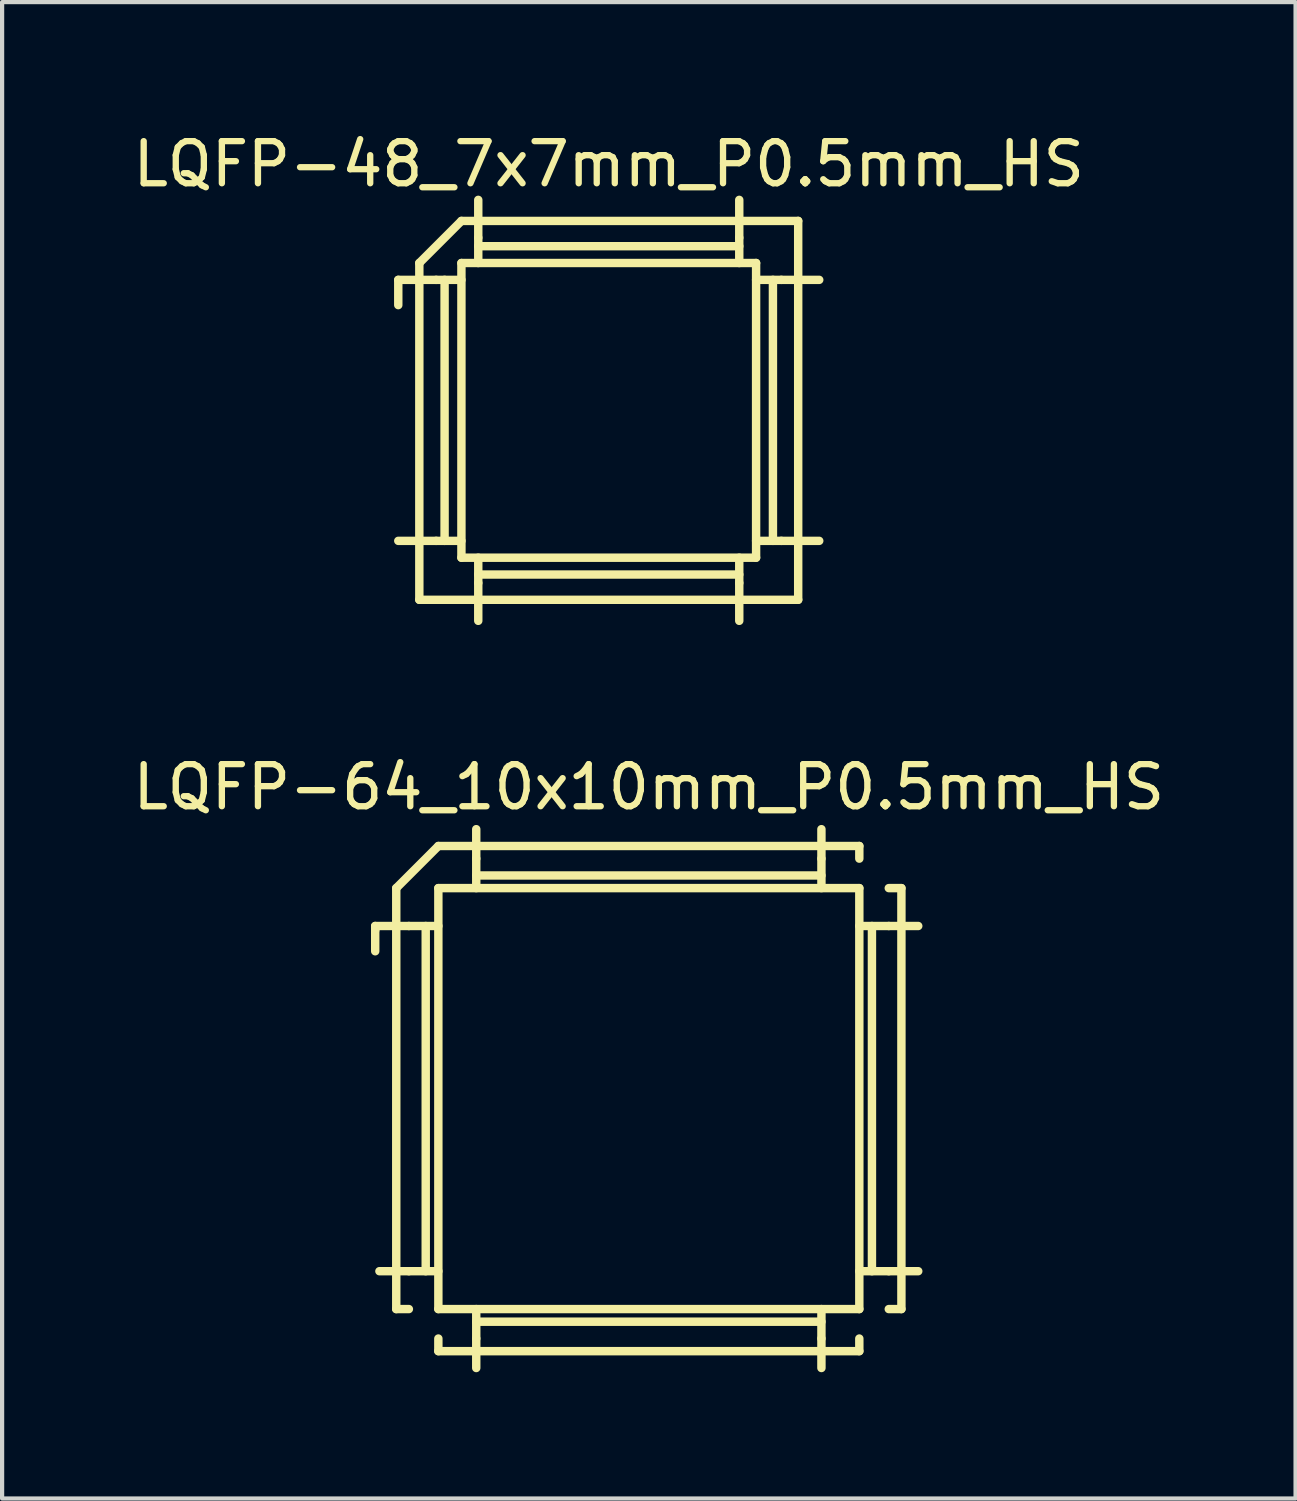
<source format=kicad_pcb>
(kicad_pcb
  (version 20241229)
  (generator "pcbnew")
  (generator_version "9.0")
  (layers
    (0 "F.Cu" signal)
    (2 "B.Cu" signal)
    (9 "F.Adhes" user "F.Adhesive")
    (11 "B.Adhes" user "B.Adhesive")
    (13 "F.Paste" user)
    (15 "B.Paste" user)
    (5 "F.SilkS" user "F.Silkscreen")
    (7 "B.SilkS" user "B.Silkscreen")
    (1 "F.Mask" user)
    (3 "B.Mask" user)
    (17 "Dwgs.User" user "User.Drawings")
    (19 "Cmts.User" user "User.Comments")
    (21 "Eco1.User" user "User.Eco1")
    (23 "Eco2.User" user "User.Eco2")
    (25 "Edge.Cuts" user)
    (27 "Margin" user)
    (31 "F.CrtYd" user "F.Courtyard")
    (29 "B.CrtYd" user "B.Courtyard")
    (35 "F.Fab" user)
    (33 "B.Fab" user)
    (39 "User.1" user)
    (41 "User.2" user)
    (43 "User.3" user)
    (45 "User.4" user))
  (footprint "LQFP-64_10x10mm_P0.5mm_HS"
    (layer "F.Cu")
    (at 12.363 23.047)
    (property "Reference" "LQFP-64_10x10mm_P0.5mm_HS" (at 0 -7.4 0) (layer "F.SilkS") (effects (font (size 1 1) (thickness 0.15))))
    (attr smd)
    (fp_line (start -6.5 -4.1) (end -6.5 -4) (stroke (width 0.2) (type solid)) (layer "F.SilkS"))
    (fp_line (start -6.5 -4) (end -6.5 -3.5) (stroke (width 0.2) (type solid)) (layer "F.SilkS"))
    (fp_line (start -6 -5) (end -5 -6) (stroke (width 0.2) (type solid)) (layer "F.SilkS"))
    (fp_line (start -6 -4.1) (end -6.5 -4.1) (stroke (width 0.2) (type solid)) (layer "F.SilkS"))
    (fp_line (start -6 -4.1) (end -5.7 -4.1) (stroke (width 0.2) (type solid)) (layer "F.SilkS"))
    (fp_line (start -6 4.1) (end -6.4 4.1) (stroke (width 0.2) (type solid)) (layer "F.SilkS"))
    (fp_line (start -6 4.1) (end -5.7 4.1) (stroke (width 0.2) (type solid)) (layer "F.SilkS"))
    (fp_line (start -6 5) (end -6 -5) (stroke (width 0.2) (type solid)) (layer "F.SilkS"))
    (fp_line (start -5.7 -4.1) (end -5 -4.1) (stroke (width 0.2) (type solid)) (layer "F.SilkS"))
    (fp_line (start -5.7 4.1) (end -5 4.1) (stroke (width 0.2) (type solid)) (layer "F.SilkS"))
    (fp_line (start -5.7 5) (end -6 5) (stroke (width 0.2) (type solid)) (layer "F.SilkS"))
    (fp_line (start -5.3 4.1) (end -5.3 -4.1) (stroke (width 0.2) (type solid)) (layer "F.SilkS"))
    (fp_line (start -5 -6) (end 5 -6) (stroke (width 0.2) (type solid)) (layer "F.SilkS"))
    (fp_line (start -5 -5) (end 5 -5) (stroke (width 0.2) (type solid)) (layer "F.SilkS"))
    (fp_line (start -5 5) (end -5 -5) (stroke (width 0.2) (type solid)) (layer "F.SilkS"))
    (fp_line (start -5 5.7) (end -5 6) (stroke (width 0.2) (type solid)) (layer "F.SilkS"))
    (fp_line (start -4.1 -6) (end -4.1 -6.4) (stroke (width 0.2) (type solid)) (layer "F.SilkS"))
    (fp_line (start -4.1 -6) (end -4.1 -5.7) (stroke (width 0.2) (type solid)) (layer "F.SilkS"))
    (fp_line (start -4.1 -5.7) (end -4.1 -5) (stroke (width 0.2) (type solid)) (layer "F.SilkS"))
    (fp_line (start -4.1 -5.3) (end 4.1 -5.3) (stroke (width 0.2) (type solid)) (layer "F.SilkS"))
    (fp_line (start -4.1 5.3) (end 4.1 5.3) (stroke (width 0.2) (type solid)) (layer "F.SilkS"))
    (fp_line (start -4.1 5.7) (end -4.1 5) (stroke (width 0.2) (type solid)) (layer "F.SilkS"))
    (fp_line (start -4.1 6) (end -4.1 5.7) (stroke (width 0.2) (type solid)) (layer "F.SilkS"))
    (fp_line (start -4.1 6) (end -4.1 6.4) (stroke (width 0.2) (type solid)) (layer "F.SilkS"))
    (fp_line (start 4.1 -6) (end 4.1 -6.4) (stroke (width 0.2) (type solid)) (layer "F.SilkS"))
    (fp_line (start 4.1 -6) (end 4.1 -5.7) (stroke (width 0.2) (type solid)) (layer "F.SilkS"))
    (fp_line (start 4.1 -5.7) (end 4.1 -5) (stroke (width 0.2) (type solid)) (layer "F.SilkS"))
    (fp_line (start 4.1 5.7) (end 4.1 5) (stroke (width 0.2) (type solid)) (layer "F.SilkS"))
    (fp_line (start 4.1 6) (end 4.1 5.7) (stroke (width 0.2) (type solid)) (layer "F.SilkS"))
    (fp_line (start 4.1 6) (end 4.1 6.4) (stroke (width 0.2) (type solid)) (layer "F.SilkS"))
    (fp_line (start 5 -5.7) (end 5 -6) (stroke (width 0.2) (type solid)) (layer "F.SilkS"))
    (fp_line (start 5 -5) (end 5 5) (stroke (width 0.2) (type solid)) (layer "F.SilkS"))
    (fp_line (start 5 5) (end -5 5) (stroke (width 0.2) (type solid)) (layer "F.SilkS"))
    (fp_line (start 5 5.7) (end 5 6) (stroke (width 0.2) (type solid)) (layer "F.SilkS"))
    (fp_line (start 5 6) (end -5 6) (stroke (width 0.2) (type solid)) (layer "F.SilkS"))
    (fp_line (start 5.3 -4.1) (end 5.3 4.1) (stroke (width 0.2) (type solid)) (layer "F.SilkS"))
    (fp_line (start 5.7 -5) (end 6 -5) (stroke (width 0.2) (type solid)) (layer "F.SilkS"))
    (fp_line (start 5.7 -4.1) (end 5 -4.1) (stroke (width 0.2) (type solid)) (layer "F.SilkS"))
    (fp_line (start 5.7 4.1) (end 5 4.1) (stroke (width 0.2) (type solid)) (layer "F.SilkS"))
    (fp_line (start 5.7 5) (end 6 5) (stroke (width 0.2) (type solid)) (layer "F.SilkS"))
    (fp_line (start 6 -5) (end 6 5) (stroke (width 0.2) (type solid)) (layer "F.SilkS"))
    (fp_line (start 6 -4.1) (end 5.7 -4.1) (stroke (width 0.2) (type solid)) (layer "F.SilkS"))
    (fp_line (start 6 -4.1) (end 6.4 -4.1) (stroke (width 0.2) (type solid)) (layer "F.SilkS"))
    (fp_line (start 6 4.1) (end 5.7 4.1) (stroke (width 0.2) (type solid)) (layer "F.SilkS"))
    (fp_line (start 6 4.1) (end 6.4 4.1) (stroke (width 0.2) (type solid)) (layer "F.SilkS")))
  (footprint "LQFP-48_7x7mm_P0.5mm_HS"
    (layer "F.Cu")
    (at 11.411 6.698)
    (property "Reference" "LQFP-48_7x7mm_P0.5mm_HS" (at 0 -5.85 0) (layer "F.SilkS") (effects (font (size 1 1) (thickness 0.15))))
    (attr smd)
    (fp_line (start -5 -3.1) (end -5 -2.5) (stroke (width 0.2) (type solid)) (layer "F.SilkS"))
    (fp_line (start -4.5 -3.5) (end -3.5 -4.5) (stroke (width 0.2) (type solid)) (layer "F.SilkS"))
    (fp_line (start -4.5 -3.1) (end -4.5 -3.5) (stroke (width 0.2) (type solid)) (layer "F.SilkS"))
    (fp_line (start -4.5 3.1) (end -4.5 -3.1) (stroke (width 0.2) (type solid)) (layer "F.SilkS"))
    (fp_line (start -4.5 4.5) (end -4.5 3.1) (stroke (width 0.2) (type solid)) (layer "F.SilkS"))
    (fp_line (start -4.1 -3.1) (end -5 -3.1) (stroke (width 0.2) (type solid)) (layer "F.SilkS"))
    (fp_line (start -4.1 -3.1) (end -3.5 -3.1) (stroke (width 0.2) (type solid)) (layer "F.SilkS"))
    (fp_line (start -4.1 3.1) (end -5 3.1) (stroke (width 0.2) (type solid)) (layer "F.SilkS"))
    (fp_line (start -4.1 3.1) (end -3.5 3.1) (stroke (width 0.2) (type solid)) (layer "F.SilkS"))
    (fp_line (start -3.9 3.1) (end -3.9 -3.1) (stroke (width 0.2) (type solid)) (layer "F.SilkS"))
    (fp_line (start -3.5 -4.5) (end -3.1 -4.5) (stroke (width 0.2) (type solid)) (layer "F.SilkS"))
    (fp_line (start -3.5 -3.5) (end 3.5 -3.5) (stroke (width 0.2) (type solid)) (layer "F.SilkS"))
    (fp_line (start -3.5 3.5) (end -3.5 -3.5) (stroke (width 0.2) (type solid)) (layer "F.SilkS"))
    (fp_line (start -3.1 -4.5) (end 3.1 -4.5) (stroke (width 0.2) (type solid)) (layer "F.SilkS"))
    (fp_line (start -3.1 -4.1) (end -3.1 -5) (stroke (width 0.2) (type solid)) (layer "F.SilkS"))
    (fp_line (start -3.1 -4.1) (end -3.1 -3.5) (stroke (width 0.2) (type solid)) (layer "F.SilkS"))
    (fp_line (start -3.1 -3.9) (end 3.1 -3.9) (stroke (width 0.2) (type solid)) (layer "F.SilkS"))
    (fp_line (start -3.1 4.1) (end -3.1 3.5) (stroke (width 0.2) (type solid)) (layer "F.SilkS"))
    (fp_line (start -3.1 4.1) (end -3.1 5) (stroke (width 0.2) (type solid)) (layer "F.SilkS"))
    (fp_line (start -3.1 4.5) (end -4.5 4.5) (stroke (width 0.2) (type solid)) (layer "F.SilkS"))
    (fp_line (start 3.1 -4.5) (end 4.5 -4.5) (stroke (width 0.2) (type solid)) (layer "F.SilkS"))
    (fp_line (start 3.1 -4.1) (end 3.1 -5) (stroke (width 0.2) (type solid)) (layer "F.SilkS"))
    (fp_line (start 3.1 -4.1) (end 3.1 -3.5) (stroke (width 0.2) (type solid)) (layer "F.SilkS"))
    (fp_line (start 3.1 3.9) (end -3.1 3.9) (stroke (width 0.2) (type solid)) (layer "F.SilkS"))
    (fp_line (start 3.1 4.1) (end 3.1 3.5) (stroke (width 0.2) (type solid)) (layer "F.SilkS"))
    (fp_line (start 3.1 4.5) (end -3.1 4.5) (stroke (width 0.2) (type solid)) (layer "F.SilkS"))
    (fp_line (start 3.1 5) (end 3.1 4.1) (stroke (width 0.2) (type solid)) (layer "F.SilkS"))
    (fp_line (start 3.5 -3.5) (end 3.5 3.5) (stroke (width 0.2) (type solid)) (layer "F.SilkS"))
    (fp_line (start 3.5 3.5) (end -3.5 3.5) (stroke (width 0.2) (type solid)) (layer "F.SilkS"))
    (fp_line (start 3.9 -3.1) (end 3.9 3.1) (stroke (width 0.2) (type solid)) (layer "F.SilkS"))
    (fp_line (start 4.1 -3.1) (end 3.5 -3.1) (stroke (width 0.2) (type solid)) (layer "F.SilkS"))
    (fp_line (start 4.1 -3.1) (end 5 -3.1) (stroke (width 0.2) (type solid)) (layer "F.SilkS"))
    (fp_line (start 4.1 3.1) (end 3.5 3.1) (stroke (width 0.2) (type solid)) (layer "F.SilkS"))
    (fp_line (start 4.1 3.1) (end 5 3.1) (stroke (width 0.2) (type solid)) (layer "F.SilkS"))
    (fp_line (start 4.5 -4.5) (end 4.5 -3.1) (stroke (width 0.2) (type solid)) (layer "F.SilkS"))
    (fp_line (start 4.5 -3.1) (end 4.5 3.1) (stroke (width 0.2) (type solid)) (layer "F.SilkS"))
    (fp_line (start 4.5 3.1) (end 4.5 4.5) (stroke (width 0.2) (type solid)) (layer "F.SilkS"))
    (fp_line (start 4.5 4.5) (end 3.1 4.5) (stroke (width 0.2) (type solid)) (layer "F.SilkS")))
  (gr_rect
    (start -3 -3)
    (end 27.726 32.547)
    (stroke (width 0.1) (type default))
    (fill no)
    (layer "Edge.Cuts")))
</source>
